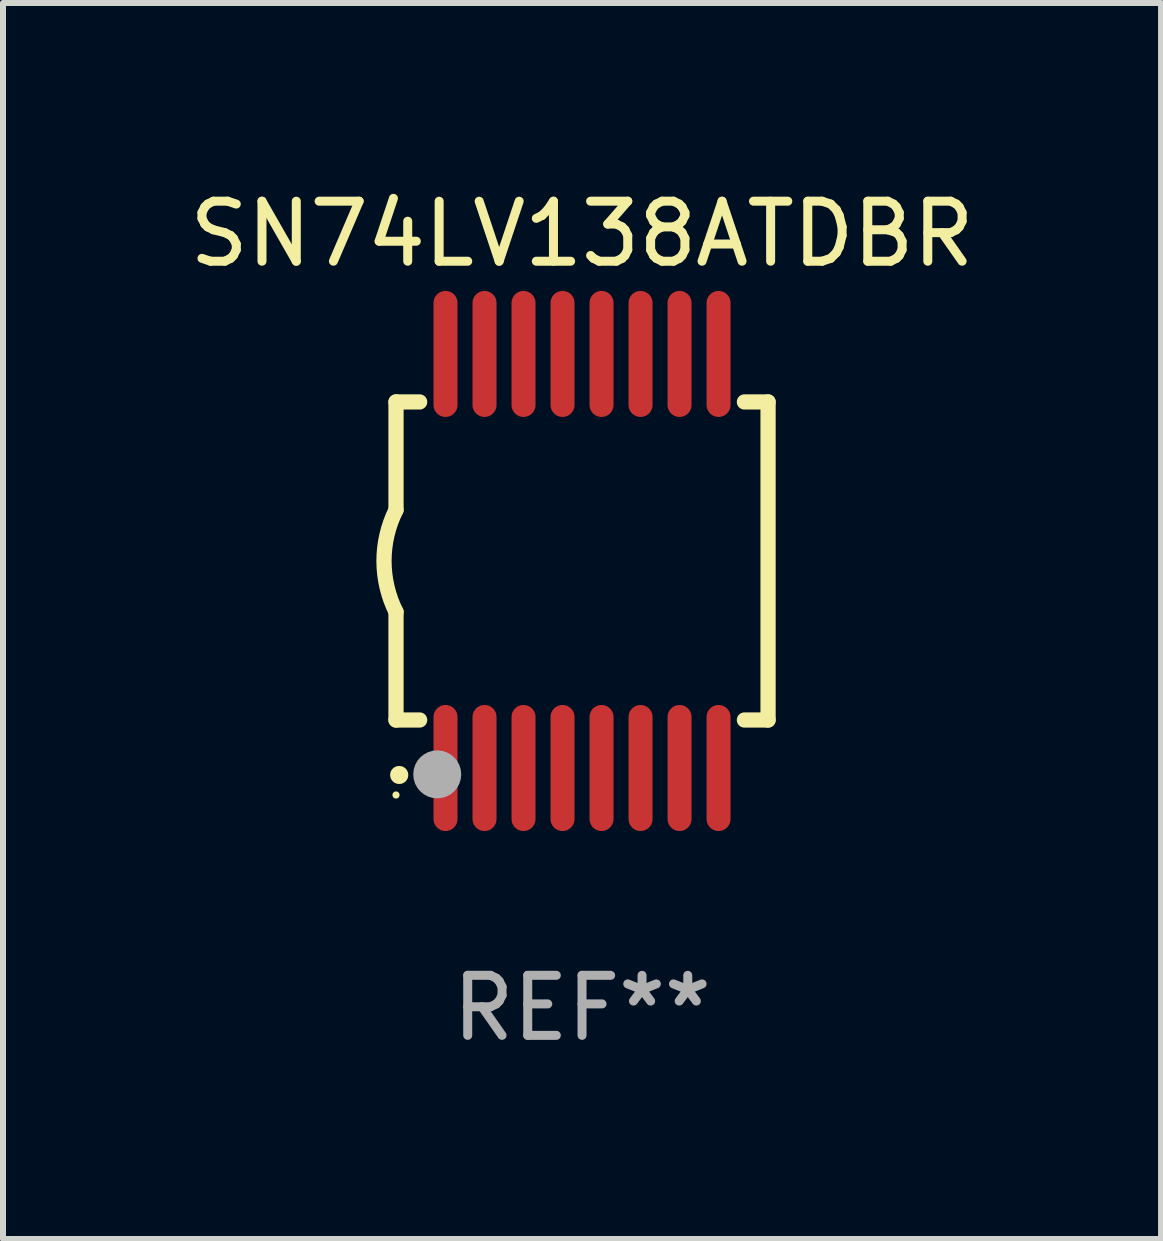
<source format=kicad_pcb>
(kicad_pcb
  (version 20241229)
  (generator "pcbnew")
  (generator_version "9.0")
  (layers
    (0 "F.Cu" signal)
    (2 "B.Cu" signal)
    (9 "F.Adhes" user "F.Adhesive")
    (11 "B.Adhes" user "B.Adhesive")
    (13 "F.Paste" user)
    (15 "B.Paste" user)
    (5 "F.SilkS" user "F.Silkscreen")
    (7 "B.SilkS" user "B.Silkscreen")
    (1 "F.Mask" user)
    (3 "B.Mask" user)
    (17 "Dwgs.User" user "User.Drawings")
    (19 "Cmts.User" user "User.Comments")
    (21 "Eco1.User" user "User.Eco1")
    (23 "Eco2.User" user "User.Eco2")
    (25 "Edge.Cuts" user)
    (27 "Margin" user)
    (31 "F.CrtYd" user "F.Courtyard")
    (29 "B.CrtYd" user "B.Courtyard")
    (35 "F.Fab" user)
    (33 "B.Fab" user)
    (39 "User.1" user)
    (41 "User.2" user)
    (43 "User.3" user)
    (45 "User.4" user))
  (footprint "SN74LV138ATDBR"
    (layer "F.Cu")
    (at 6.649 6.298)
    (property "Reference" "SN74LV138ATDBR" (at 0 -5.45 0) (layer "F.SilkS") (effects (font (size 1 1) (thickness 0.15))))
    (attr through_hole)
    (fp_line (start -3.1 -2.65) (end -3.1 -0.85) (stroke (width 0.254) (type solid)) (layer "F.SilkS"))
    (fp_line (start -3.1 -2.65) (end -2.706 -2.65) (stroke (width 0.254) (type solid)) (layer "F.SilkS"))
    (fp_line (start -3.1 2.65) (end -3.1 0.85) (stroke (width 0.254) (type solid)) (layer "F.SilkS"))
    (fp_line (start -3.1 2.65) (end -2.706 2.65) (stroke (width 0.254) (type solid)) (layer "F.SilkS"))
    (fp_line (start 2.706 -2.65) (end 3.1 -2.65) (stroke (width 0.254) (type solid)) (layer "F.SilkS"))
    (fp_line (start 2.706 2.65) (end 3.1 2.65) (stroke (width 0.254) (type solid)) (layer "F.SilkS"))
    (fp_line (start 3.1 -2.65) (end 3.1 2.65) (stroke (width 0.254) (type solid)) (layer "F.SilkS"))
    (fp_arc (start -3.098907 0.850902) (mid -3.300057 0.000523) (end -3.1 -0.850114) (stroke (width 0.254001) (type solid)) (layer "F.SilkS"))
    (fp_arc (start -3.048006 3.566066) (mid -3.046736 3.566061) (end -3.045466 3.566066) (stroke (width 0.3) (type solid)) (layer "F.SilkS"))
    (fp_circle (center -3.1 3.9) (end -3.07 3.9) (stroke (width 0.06) (type solid)) (fill no) (layer "F.SilkS"))
    (fp_circle (center -2.413 3.556) (end -2.213 3.556) (stroke (width 0.4) (type solid)) (fill no) (layer "F.Fab"))
    (fp_text user "REF**" (at 0 7.45 0) (layer "F.Fab") (effects (font (size 1 1) (thickness 0.15))))
    (pad "1" smd oval (at -2.275 3.45 180) (size 0.4 2.1) (layers "F.Cu" "F.Mask" "F.Paste"))
    (pad "2" smd oval (at -1.625 3.45 180) (size 0.4 2.1) (layers "F.Cu" "F.Mask" "F.Paste"))
    (pad "3" smd oval (at -0.975 3.45 180) (size 0.4 2.1) (layers "F.Cu" "F.Mask" "F.Paste"))
    (pad "4" smd oval (at -0.325 3.45 180) (size 0.4 2.1) (layers "F.Cu" "F.Mask" "F.Paste"))
    (pad "5" smd oval (at 0.325 3.45 180) (size 0.4 2.1) (layers "F.Cu" "F.Mask" "F.Paste"))
    (pad "6" smd oval (at 0.975 3.45 180) (size 0.4 2.1) (layers "F.Cu" "F.Mask" "F.Paste"))
    (pad "7" smd oval (at 1.625 3.45 180) (size 0.4 2.1) (layers "F.Cu" "F.Mask" "F.Paste"))
    (pad "8" smd oval (at 2.275 3.45 180) (size 0.4 2.1) (layers "F.Cu" "F.Mask" "F.Paste"))
    (pad "9" smd oval (at 2.275 -3.45 180) (size 0.4 2.1) (layers "F.Cu" "F.Mask" "F.Paste"))
    (pad "10" smd oval (at 1.625 -3.45 180) (size 0.4 2.1) (layers "F.Cu" "F.Mask" "F.Paste"))
    (pad "11" smd oval (at 0.975 -3.45 180) (size 0.4 2.1) (layers "F.Cu" "F.Mask" "F.Paste"))
    (pad "12" smd oval (at 0.325 -3.45 180) (size 0.4 2.1) (layers "F.Cu" "F.Mask" "F.Paste"))
    (pad "13" smd oval (at -0.325 -3.45 180) (size 0.4 2.1) (layers "F.Cu" "F.Mask" "F.Paste"))
    (pad "14" smd oval (at -0.975 -3.45 180) (size 0.4 2.1) (layers "F.Cu" "F.Mask" "F.Paste"))
    (pad "15" smd oval (at -1.625 -3.45 180) (size 0.4 2.1) (layers "F.Cu" "F.Mask" "F.Paste"))
    (pad "16" smd oval (at -2.275 -3.45 180) (size 0.4 2.1) (layers "F.Cu" "F.Mask" "F.Paste")))
  (gr_rect
    (start -3 -3)
    (end 16.298 17.597)
    (stroke (width 0.1) (type default))
    (fill no)
    (layer "Edge.Cuts")))
</source>
